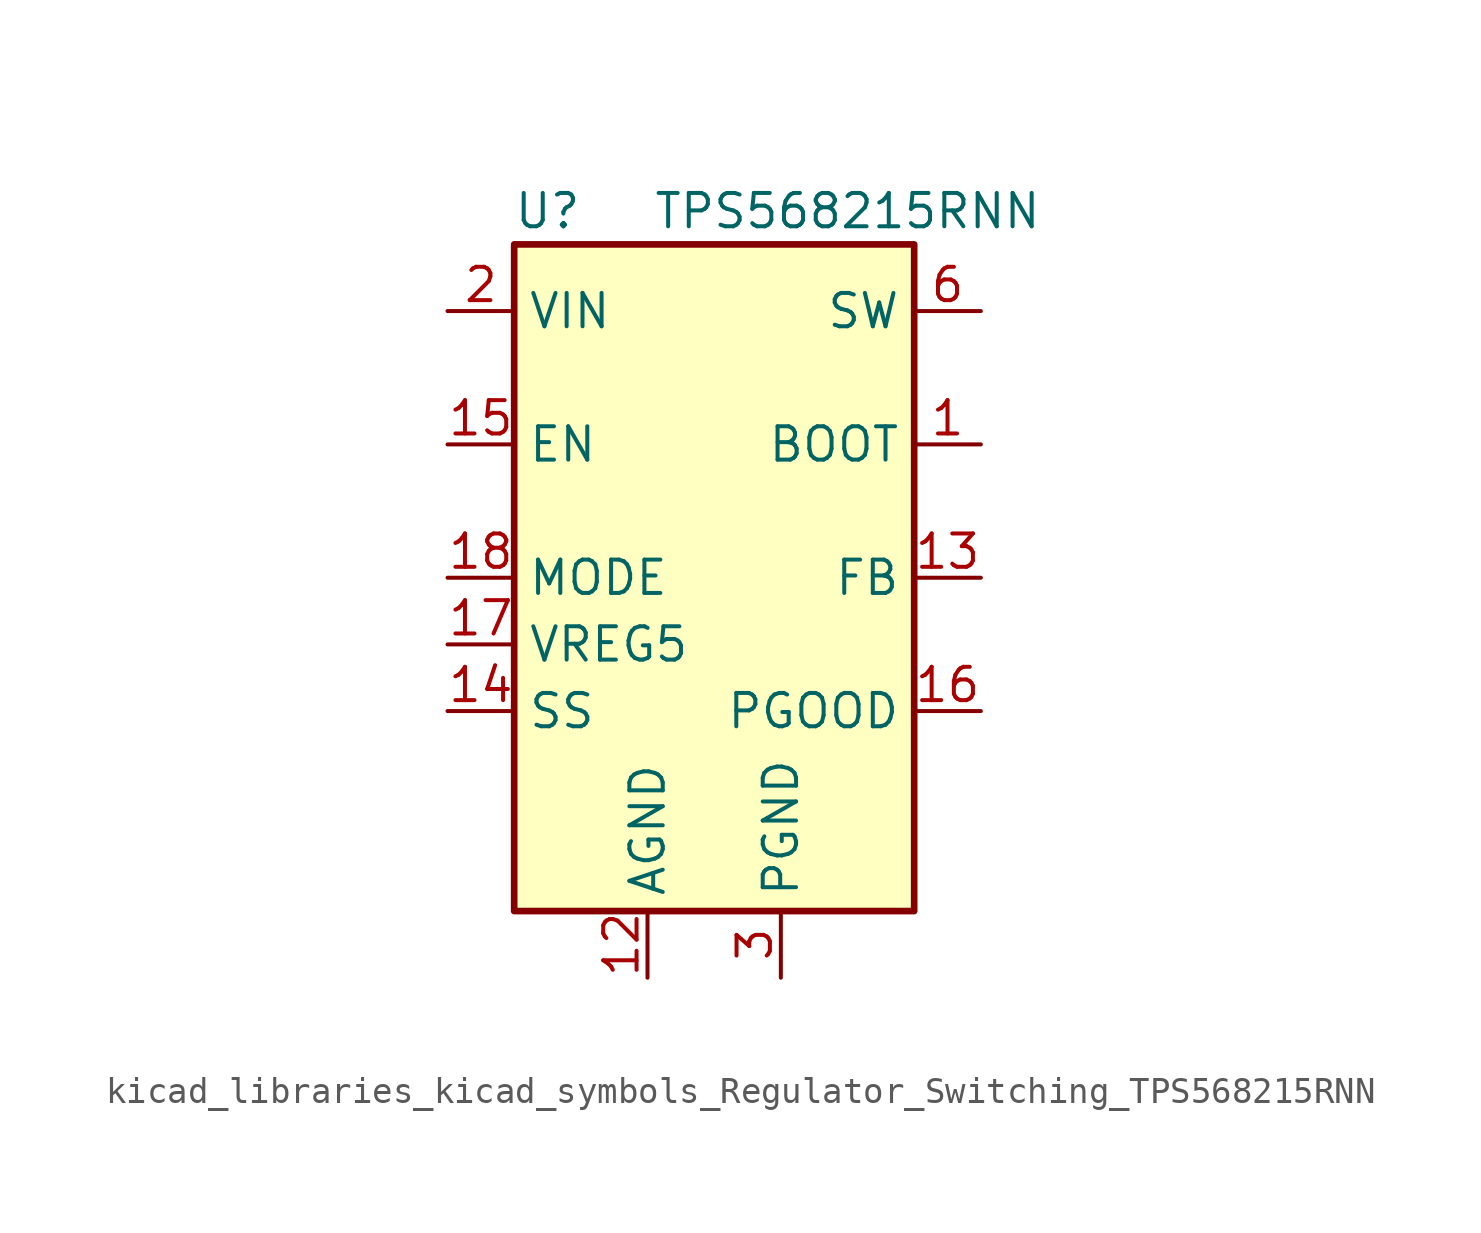
<source format=kicad_sym>
(kicad_symbol_lib
  (version 20220914)
  (generator kicad_symbol_editor)
  (symbol "kicad_libraries_kicad_symbols_Regulator_Switching_TPS568215RNN"
    (property "Reference" "U"
      (at -6.35 13.97 0)
      (effects (font (size 1.27 1.27))))
    (property "Value" "TPS568215RNN"
      (at 5.08 13.97 0)
      (effects (font (size 1.27 1.27))))
    (symbol "kicad_libraries_kicad_symbols_Regulator_Switching_TPS568215RNN_0_1"
      (rectangle (start -7.62 12.7) (end 7.62 -12.7) (stroke (width 0.254) (type default)) (fill (type background))))
    (symbol "kicad_libraries_kicad_symbols_Regulator_Switching_TPS568215RNN_1_1"
      (pin passive line (at 10.16 5.08 180) (length 2.54) (name "BOOT" (effects (font (size 1.27 1.27)))) (number "1" (effects (font (size 1.27 1.27)))))
      (pin passive line (at 2.54 -15.24 90) (length 2.54) hide (name "PGND" (effects (font (size 1.27 1.27)))) (number "10" (effects (font (size 1.27 1.27)))))
      (pin passive line (at -10.16 10.16 0) (length 2.54) hide (name "VIN" (effects (font (size 1.27 1.27)))) (number "11" (effects (font (size 1.27 1.27)))))
      (pin power_in line (at -2.54 -15.24 90) (length 2.54) (name "AGND" (effects (font (size 1.27 1.27)))) (number "12" (effects (font (size 1.27 1.27)))))
      (pin input line (at 10.16 0 180) (length 2.54) (name "FB" (effects (font (size 1.27 1.27)))) (number "13" (effects (font (size 1.27 1.27)))))
      (pin passive line (at -10.16 -5.08 0) (length 2.54) (name "SS" (effects (font (size 1.27 1.27)))) (number "14" (effects (font (size 1.27 1.27)))))
      (pin input line (at -10.16 5.08 0) (length 2.54) (name "EN" (effects (font (size 1.27 1.27)))) (number "15" (effects (font (size 1.27 1.27)))))
      (pin open_collector line (at 10.16 -5.08 180) (length 2.54) (name "PGOOD" (effects (font (size 1.27 1.27)))) (number "16" (effects (font (size 1.27 1.27)))))
      (pin passive line (at -10.16 -2.54 0) (length 2.54) (name "VREG5" (effects (font (size 1.27 1.27)))) (number "17" (effects (font (size 1.27 1.27)))))
      (pin input line (at -10.16 0 0) (length 2.54) (name "MODE" (effects (font (size 1.27 1.27)))) (number "18" (effects (font (size 1.27 1.27)))))
      (pin power_in line (at -10.16 10.16 0) (length 2.54) (name "VIN" (effects (font (size 1.27 1.27)))) (number "2" (effects (font (size 1.27 1.27)))))
      (pin power_in line (at 2.54 -15.24 90) (length 2.54) (name "PGND" (effects (font (size 1.27 1.27)))) (number "3" (effects (font (size 1.27 1.27)))))
      (pin passive line (at 2.54 -15.24 90) (length 2.54) hide (name "PGND" (effects (font (size 1.27 1.27)))) (number "4" (effects (font (size 1.27 1.27)))))
      (pin passive line (at 2.54 -15.24 90) (length 2.54) hide (name "PGND" (effects (font (size 1.27 1.27)))) (number "5" (effects (font (size 1.27 1.27)))))
      (pin power_out line (at 10.16 10.16 180) (length 2.54) (name "SW" (effects (font (size 1.27 1.27)))) (number "6" (effects (font (size 1.27 1.27)))))
      (pin passive line (at 10.16 10.16 180) (length 2.54) hide (name "SW" (effects (font (size 1.27 1.27)))) (number "7" (effects (font (size 1.27 1.27)))))
      (pin passive line (at 2.54 -15.24 90) (length 2.54) hide (name "PGND" (effects (font (size 1.27 1.27)))) (number "8" (effects (font (size 1.27 1.27)))))
      (pin passive line (at 2.54 -15.24 90) (length 2.54) hide (name "PGND" (effects (font (size 1.27 1.27)))) (number "9" (effects (font (size 1.27 1.27))))))))
</source>
